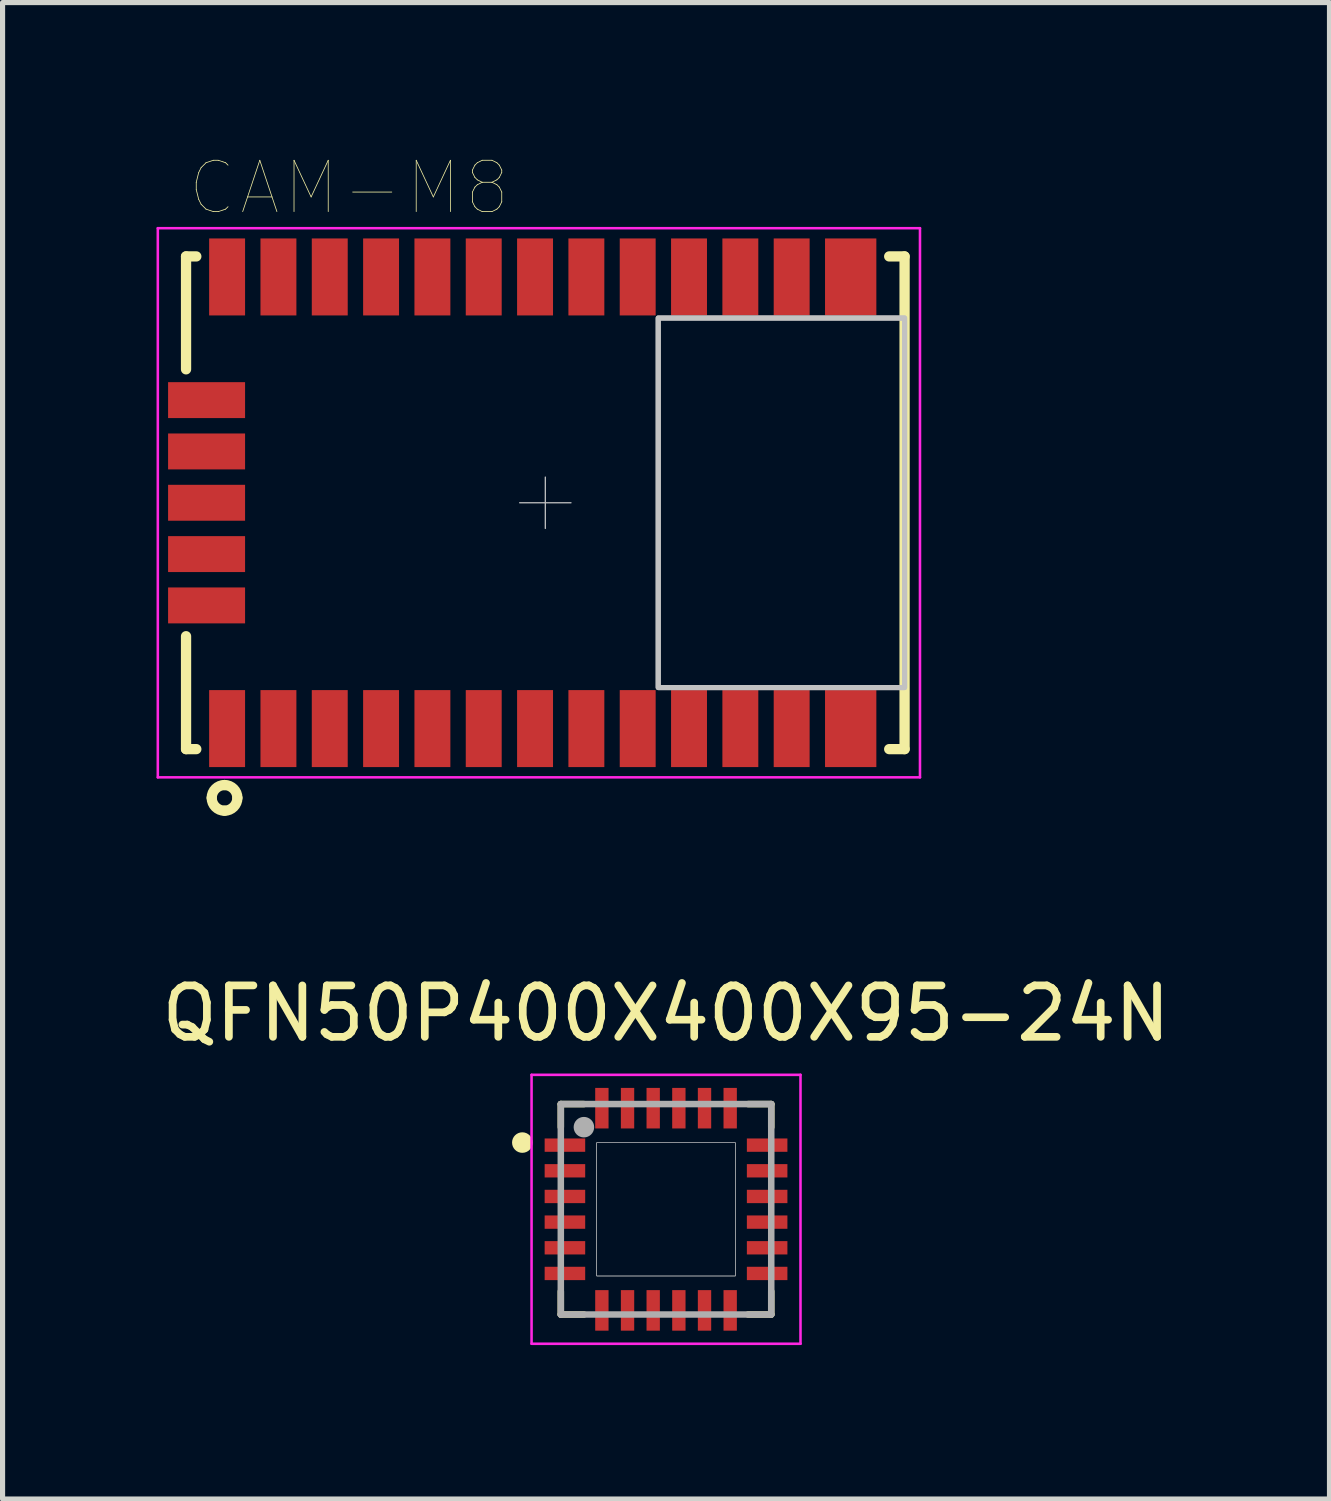
<source format=kicad_pcb>
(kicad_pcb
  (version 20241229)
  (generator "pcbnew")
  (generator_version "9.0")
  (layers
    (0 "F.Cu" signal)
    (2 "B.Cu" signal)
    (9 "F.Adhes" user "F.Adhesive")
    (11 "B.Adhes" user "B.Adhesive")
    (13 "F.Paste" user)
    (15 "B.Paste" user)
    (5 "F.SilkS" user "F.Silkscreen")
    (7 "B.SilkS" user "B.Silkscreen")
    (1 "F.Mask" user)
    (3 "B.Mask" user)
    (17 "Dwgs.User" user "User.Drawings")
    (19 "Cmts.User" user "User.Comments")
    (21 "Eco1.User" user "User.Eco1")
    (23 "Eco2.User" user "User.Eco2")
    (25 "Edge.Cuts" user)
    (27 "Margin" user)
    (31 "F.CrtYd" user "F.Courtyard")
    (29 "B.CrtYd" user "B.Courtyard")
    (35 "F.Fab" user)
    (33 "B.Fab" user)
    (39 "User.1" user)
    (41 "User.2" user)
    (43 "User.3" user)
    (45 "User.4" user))
  (footprint "QFN50P400X400X95-24N"
    (layer "F.Cu")
    (at 9.927 20.512)
    (property "Reference" "QFN50P400X400X95-24N" (at -0.00001 -3.816 0) (layer "F.SilkS") (effects (font (size 1.002 1.002) (thickness 0.15))))
    (attr through_hole)
    (fp_line (start -2.05 -2.05) (end -2.05 -1.6) (stroke (width 0.127) (type solid)) (layer "F.SilkS"))
    (fp_line (start -2.05 1.6) (end -2.05 2.05) (stroke (width 0.127) (type solid)) (layer "F.SilkS"))
    (fp_line (start -1.6 -2.05) (end -2.05 -2.05) (stroke (width 0.127) (type solid)) (layer "F.SilkS"))
    (fp_line (start -1.6 2.05) (end -2.05 2.05) (stroke (width 0.127) (type solid)) (layer "F.SilkS"))
    (fp_line (start 2.05 -2.05) (end 1.6 -2.05) (stroke (width 0.127) (type solid)) (layer "F.SilkS"))
    (fp_line (start 2.05 -2.05) (end 2.05 -1.6) (stroke (width 0.127) (type solid)) (layer "F.SilkS"))
    (fp_line (start 2.05 1.6) (end 2.05 2.05) (stroke (width 0.127) (type solid)) (layer "F.SilkS"))
    (fp_line (start 2.05 2.05) (end 1.6 2.05) (stroke (width 0.127) (type solid)) (layer "F.SilkS"))
    (fp_circle (center -2.8 -1.3) (end -2.7 -1.3) (stroke (width 0.2) (type solid)) (fill no) (layer "F.SilkS"))
    (fp_poly (pts (xy -1.35 -1.3) (xy 1.35 -1.3) (xy 1.35 1.3) (xy -1.35 1.3)) (stroke (width 0.01) (type solid)) (fill no) (layer "Dwgs.User"))
    (fp_poly (pts (xy -1.35 -1.3) (xy 1.35 -1.3) (xy 1.35 1.3) (xy -1.35 1.3)) (stroke (width 0.01) (type solid)) (fill no) (layer "Dwgs.User"))
    (fp_line (start -2.62 -2.62) (end 2.62 -2.62) (stroke (width 0.05) (type solid)) (layer "F.CrtYd"))
    (fp_line (start -2.62 2.62) (end -2.62 -2.62) (stroke (width 0.05) (type solid)) (layer "F.CrtYd"))
    (fp_line (start 2.62 -2.62) (end 2.62 2.62) (stroke (width 0.05) (type solid)) (layer "F.CrtYd"))
    (fp_line (start 2.62 2.62) (end -2.62 2.62) (stroke (width 0.05) (type solid)) (layer "F.CrtYd"))
    (fp_line (start -2.05 -2.05) (end 2.05 -2.05) (stroke (width 0.127) (type solid)) (layer "F.Fab"))
    (fp_line (start -2.05 2.05) (end -2.05 -2.05) (stroke (width 0.127) (type solid)) (layer "F.Fab"))
    (fp_line (start 2.05 -2.05) (end 2.05 2.05) (stroke (width 0.127) (type solid)) (layer "F.Fab"))
    (fp_line (start 2.05 2.05) (end -2.05 2.05) (stroke (width 0.127) (type solid)) (layer "F.Fab"))
    (fp_circle (center -1.6 -1.6) (end -1.5 -1.6) (stroke (width 0.2) (type solid)) (fill no) (layer "F.Fab"))
    (pad "1" smd rect (at -1.97 -1.25) (size 0.79 0.26) (layers "F.Cu" "F.Mask" "F.Paste"))
    (pad "2" smd rect (at -1.97 -0.75) (size 0.79 0.26) (layers "F.Cu" "F.Mask" "F.Paste"))
    (pad "3" smd rect (at -1.97 -0.25) (size 0.79 0.26) (layers "F.Cu" "F.Mask" "F.Paste"))
    (pad "4" smd rect (at -1.97 0.25) (size 0.79 0.26) (layers "F.Cu" "F.Mask" "F.Paste"))
    (pad "5" smd rect (at -1.97 0.75) (size 0.79 0.26) (layers "F.Cu" "F.Mask" "F.Paste"))
    (pad "6" smd rect (at -1.97 1.25) (size 0.79 0.26) (layers "F.Cu" "F.Mask" "F.Paste"))
    (pad "7" smd rect (at -1.25 1.97) (size 0.26 0.79) (layers "F.Cu" "F.Mask" "F.Paste"))
    (pad "8" smd rect (at -0.75 1.97) (size 0.26 0.79) (layers "F.Cu" "F.Mask" "F.Paste"))
    (pad "9" smd rect (at -0.25 1.97) (size 0.26 0.79) (layers "F.Cu" "F.Mask" "F.Paste"))
    (pad "10" smd rect (at 0.25 1.97) (size 0.26 0.79) (layers "F.Cu" "F.Mask" "F.Paste"))
    (pad "11" smd rect (at 0.75 1.97) (size 0.26 0.79) (layers "F.Cu" "F.Mask" "F.Paste"))
    (pad "12" smd rect (at 1.25 1.97) (size 0.26 0.79) (layers "F.Cu" "F.Mask" "F.Paste"))
    (pad "13" smd rect (at 1.97 1.25) (size 0.79 0.26) (layers "F.Cu" "F.Mask" "F.Paste"))
    (pad "14" smd rect (at 1.97 0.75) (size 0.79 0.26) (layers "F.Cu" "F.Mask" "F.Paste"))
    (pad "15" smd rect (at 1.97 0.25) (size 0.79 0.26) (layers "F.Cu" "F.Mask" "F.Paste"))
    (pad "16" smd rect (at 1.97 -0.25) (size 0.79 0.26) (layers "F.Cu" "F.Mask" "F.Paste"))
    (pad "17" smd rect (at 1.97 -0.75) (size 0.79 0.26) (layers "F.Cu" "F.Mask" "F.Paste"))
    (pad "18" smd rect (at 1.97 -1.25) (size 0.79 0.26) (layers "F.Cu" "F.Mask" "F.Paste"))
    (pad "19" smd rect (at 1.25 -1.97) (size 0.26 0.79) (layers "F.Cu" "F.Mask" "F.Paste"))
    (pad "20" smd rect (at 0.75 -1.97) (size 0.26 0.79) (layers "F.Cu" "F.Mask" "F.Paste"))
    (pad "21" smd rect (at 0.25 -1.97) (size 0.26 0.79) (layers "F.Cu" "F.Mask" "F.Paste"))
    (pad "22" smd rect (at -0.25 -1.97) (size 0.26 0.79) (layers "F.Cu" "F.Mask" "F.Paste"))
    (pad "23" smd rect (at -0.75 -1.97) (size 0.26 0.79) (layers "F.Cu" "F.Mask" "F.Paste"))
    (pad "24" smd rect (at -1.25 -1.97) (size 0.26 0.79) (layers "F.Cu" "F.Mask" "F.Paste")))
  (footprint "CAM-M8"
    (layer "F.Cu")
    (at 7.575 6.746)
    (property "Reference" "CAM-M8" (at -3.825 -6.135 0) (layer "F.SilkS") (effects (font (size 1 1) (thickness 0.015))))
    (attr through_hole)
    (fp_line (start -7.2 5) (end -7.2 4) (stroke (width 0.2) (type solid)) (layer "F.Mask"))
    (fp_line (start -6.8 5) (end -7.2 5) (stroke (width 0.2) (type solid)) (layer "F.Mask"))
    (fp_line (start 6.7 -5) (end 7.2 -5) (stroke (width 0.2) (type solid)) (layer "F.Mask"))
    (fp_line (start 7.2 -5) (end 7.2 -4) (stroke (width 0.2) (type solid)) (layer "F.Mask"))
    (fp_line (start -7 -4.8) (end -6.8 -4.8) (stroke (width 0.2) (type solid)) (layer "F.SilkS"))
    (fp_line (start -7 -2.6) (end -7 -4.8) (stroke (width 0.2) (type solid)) (layer "F.SilkS"))
    (fp_line (start -7 4.8) (end -7 2.6) (stroke (width 0.2) (type solid)) (layer "F.SilkS"))
    (fp_line (start -6.8 4.8) (end -7 4.8) (stroke (width 0.2) (type solid)) (layer "F.SilkS"))
    (fp_line (start 6.7 -4.8) (end 7 -4.8) (stroke (width 0.2) (type solid)) (layer "F.SilkS"))
    (fp_line (start 7 -4.8) (end 7 4.8) (stroke (width 0.2) (type solid)) (layer "F.SilkS"))
    (fp_line (start 7 4.8) (end 6.7 4.8) (stroke (width 0.2) (type solid)) (layer "F.SilkS"))
    (fp_arc (start -6.5 5.75) (mid -6.426777 5.573223) (end -6.25 5.5) (stroke (width 0.2) (type solid)) (layer "F.SilkS"))
    (fp_arc (start -6.25 5.5) (mid -6.073223 5.573223) (end -6 5.75) (stroke (width 0.2) (type solid)) (layer "F.SilkS"))
    (fp_arc (start -6.25 6) (mid -6.426777 5.926777) (end -6.5 5.75) (stroke (width 0.2) (type solid)) (layer "F.SilkS"))
    (fp_arc (start -6 5.75) (mid -6.073223 5.926777) (end -6.25 6) (stroke (width 0.2) (type solid)) (layer "F.SilkS"))
    (fp_line (start -0.5 0) (end 0.5 0) (stroke (width 0.025) (type solid)) (layer "Dwgs.User"))
    (fp_line (start 0 -0.5) (end 0 0.5) (stroke (width 0.025) (type solid)) (layer "Dwgs.User"))
    (fp_poly (pts (xy 2.2 3.6) (xy 2.2 -3.6) (xy 7 -3.6) (xy 7 3.6)) (stroke (width 0.1) (type solid)) (fill no) (layer "Dwgs.User"))
    (fp_poly (pts (xy 2.2 3.6) (xy 7 3.6) (xy 7 -3.6) (xy 2.2 -3.6)) (stroke (width 0.1) (type solid)) (fill no) (layer "Dwgs.User"))
    (fp_line (start -7.55 -5.35) (end -7.55 5.35) (stroke (width 0.05) (type solid)) (layer "F.CrtYd"))
    (fp_line (start -7.55 5.35) (end 7.3 5.35) (stroke (width 0.05) (type solid)) (layer "F.CrtYd"))
    (fp_line (start 7.3 -5.35) (end -7.55 -5.35) (stroke (width 0.05) (type solid)) (layer "F.CrtYd"))
    (fp_line (start 7.3 5.35) (end 7.3 -5.35) (stroke (width 0.05) (type solid)) (layer "F.CrtYd"))
    (pad "1" smd rect (at -6.2 4.4) (size 0.7 1.5) (layers "F.Cu" "F.Mask" "F.Paste"))
    (pad "2" smd rect (at -5.2 4.4) (size 0.7 1.5) (layers "F.Cu" "F.Mask" "F.Paste"))
    (pad "3" smd rect (at -4.2 4.4) (size 0.7 1.5) (layers "F.Cu" "F.Mask" "F.Paste"))
    (pad "4" smd rect (at -3.2 4.4) (size 0.7 1.5) (layers "F.Cu" "F.Mask" "F.Paste"))
    (pad "5" smd rect (at -2.2 4.4) (size 0.7 1.5) (layers "F.Cu" "F.Mask" "F.Paste"))
    (pad "6" smd rect (at -1.2 4.4) (size 0.7 1.5) (layers "F.Cu" "F.Mask" "F.Paste"))
    (pad "7" smd rect (at -0.2 4.4) (size 0.7 1.5) (layers "F.Cu" "F.Mask" "F.Paste"))
    (pad "8" smd rect (at 0.8 4.4) (size 0.7 1.5) (layers "F.Cu" "F.Mask" "F.Paste"))
    (pad "9" smd rect (at 1.8 4.4) (size 0.7 1.5) (layers "F.Cu" "F.Mask" "F.Paste"))
    (pad "10" smd rect (at 2.8 4.4) (size 0.7 1.5) (layers "F.Cu" "F.Mask" "F.Paste"))
    (pad "11" smd rect (at 3.8 4.4) (size 0.7 1.5) (layers "F.Cu" "F.Mask" "F.Paste"))
    (pad "12" smd rect (at 4.8 4.4) (size 0.7 1.5) (layers "F.Cu" "F.Mask" "F.Paste"))
    (pad "13" smd rect (at 5.95 4.4) (size 1 1.5) (layers "F.Cu" "F.Mask" "F.Paste"))
    (pad "14" smd rect (at 5.95 -4.4) (size 1 1.5) (layers "F.Cu" "F.Mask" "F.Paste"))
    (pad "15" smd rect (at 4.8 -4.4) (size 0.7 1.5) (layers "F.Cu" "F.Mask" "F.Paste"))
    (pad "16" smd rect (at 3.8 -4.4) (size 0.7 1.5) (layers "F.Cu" "F.Mask" "F.Paste"))
    (pad "17" smd rect (at 2.8 -4.4) (size 0.7 1.5) (layers "F.Cu" "F.Mask" "F.Paste"))
    (pad "18" smd rect (at 1.8 -4.4) (size 0.7 1.5) (layers "F.Cu" "F.Mask" "F.Paste"))
    (pad "19" smd rect (at 0.8 -4.4) (size 0.7 1.5) (layers "F.Cu" "F.Mask" "F.Paste"))
    (pad "20" smd rect (at -0.2 -4.4) (size 0.7 1.5) (layers "F.Cu" "F.Mask" "F.Paste"))
    (pad "21" smd rect (at -1.2 -4.4) (size 0.7 1.5) (layers "F.Cu" "F.Mask" "F.Paste"))
    (pad "22" smd rect (at -2.2 -4.4) (size 0.7 1.5) (layers "F.Cu" "F.Mask" "F.Paste"))
    (pad "23" smd rect (at -3.2 -4.4) (size 0.7 1.5) (layers "F.Cu" "F.Mask" "F.Paste"))
    (pad "24" smd rect (at -4.2 -4.4) (size 0.7 1.5) (layers "F.Cu" "F.Mask" "F.Paste"))
    (pad "25" smd rect (at -5.2 -4.4) (size 0.7 1.5) (layers "F.Cu" "F.Mask" "F.Paste"))
    (pad "26" smd rect (at -6.2 -4.4) (size 0.7 1.5) (layers "F.Cu" "F.Mask" "F.Paste"))
    (pad "27" smd rect (at -6.6 -2) (size 1.5 0.7) (layers "F.Cu" "F.Mask" "F.Paste"))
    (pad "28" smd rect (at -6.6 -1) (size 1.5 0.7) (layers "F.Cu" "F.Mask" "F.Paste"))
    (pad "29" smd rect (at -6.6 0) (size 1.5 0.7) (layers "F.Cu" "F.Mask" "F.Paste"))
    (pad "30" smd rect (at -6.6 1) (size 1.5 0.7) (layers "F.Cu" "F.Mask" "F.Paste"))
    (pad "31" smd rect (at -6.6 2) (size 1.5 0.7) (layers "F.Cu" "F.Mask" "F.Paste")))
  (gr_rect
    (start -3 -3)
    (end 22.854 26.157)
    (stroke (width 0.1) (type default))
    (fill no)
    (layer "Edge.Cuts")))
</source>
